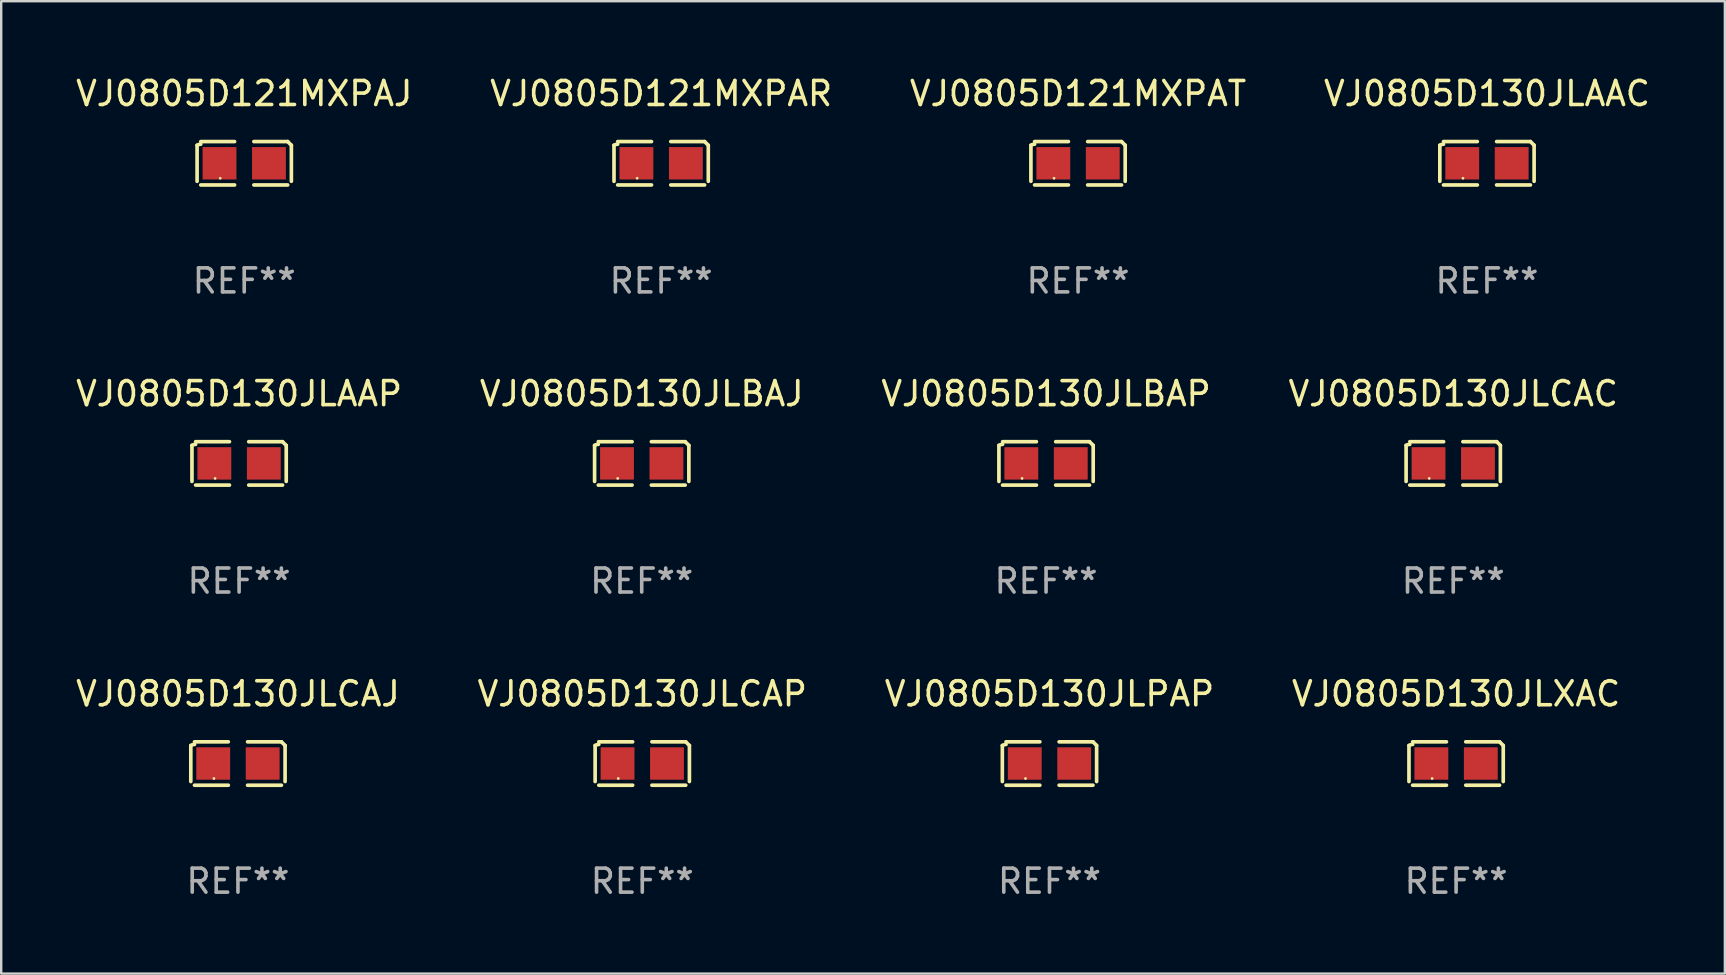
<source format=kicad_pcb>
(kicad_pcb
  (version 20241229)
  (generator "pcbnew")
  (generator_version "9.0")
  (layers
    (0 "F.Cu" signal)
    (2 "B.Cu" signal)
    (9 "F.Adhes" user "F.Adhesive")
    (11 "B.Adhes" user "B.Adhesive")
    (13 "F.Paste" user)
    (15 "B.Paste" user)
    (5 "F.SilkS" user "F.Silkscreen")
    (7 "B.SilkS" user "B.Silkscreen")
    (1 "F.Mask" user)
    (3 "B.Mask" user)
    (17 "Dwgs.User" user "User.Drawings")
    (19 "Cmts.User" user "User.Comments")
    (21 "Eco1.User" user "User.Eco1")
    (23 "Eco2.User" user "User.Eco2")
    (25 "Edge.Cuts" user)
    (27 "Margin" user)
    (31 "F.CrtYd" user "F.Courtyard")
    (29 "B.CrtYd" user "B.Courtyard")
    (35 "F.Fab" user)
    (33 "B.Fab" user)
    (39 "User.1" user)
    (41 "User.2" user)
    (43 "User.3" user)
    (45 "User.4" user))
  (footprint "VJ0805D130JLBAP"
    (layer "F.Cu")
    (at 40.53 16.256)
    (property "Reference" "VJ0805D130JLBAP" (at 0 -2.904 0) (layer "F.SilkS") (effects (font (size 1 1) (thickness 0.15))))
    (attr through_hole)
    (fp_line (start -1.964 0.751) (end -1.964 -0.751) (stroke (width 0.152) (type solid)) (layer "F.SilkS"))
    (fp_line (start -1.811 -0.904) (end -0.401 -0.904) (stroke (width 0.152) (type solid)) (layer "F.SilkS"))
    (fp_line (start -0.401 0.904) (end -1.811 0.904) (stroke (width 0.152) (type solid)) (layer "F.SilkS"))
    (fp_line (start 0.401 0.904) (end 1.811 0.904) (stroke (width 0.152) (type solid)) (layer "F.SilkS"))
    (fp_line (start 1.811 -0.904) (end 0.401 -0.904) (stroke (width 0.152) (type solid)) (layer "F.SilkS"))
    (fp_line (start 1.964 0.751) (end 1.964 -0.751) (stroke (width 0.152) (type solid)) (layer "F.SilkS"))
    (fp_arc (start -1.963602 -0.751207) (mid -1.890354 -0.783131) (end -1.811201 -0.794044) (stroke (width 0.1524) (type solid)) (layer "F.SilkS"))
    (fp_arc (start 1.811202 -0.903607) (mid 1.887413 -0.827418) (end 1.963602 -0.751207) (stroke (width 0.1524) (type solid)) (layer "F.SilkS"))
    (fp_circle (center -1 0.625) (end -0.97 0.625) (stroke (width 0.06) (type solid)) (fill no) (layer "F.SilkS"))
    (fp_text user "REF**" (at 0 4.904 0) (layer "F.Fab") (effects (font (size 1 1) (thickness 0.15))))
    (pad "1" smd rect (at -1.03 0) (size 1.41 1.35) (layers "F.Cu" "F.Mask" "F.Paste"))
    (pad "2" smd rect (at 1.03 0) (size 1.41 1.35) (layers "F.Cu" "F.Mask" "F.Paste")))
  (footprint "VJ0805D130JLBAJ"
    (layer "F.Cu")
    (at 23.685 16.256)
    (property "Reference" "VJ0805D130JLBAJ" (at 0 -2.904 0) (layer "F.SilkS") (effects (font (size 1 1) (thickness 0.15))))
    (attr through_hole)
    (fp_line (start -1.964 0.751) (end -1.964 -0.751) (stroke (width 0.152) (type solid)) (layer "F.SilkS"))
    (fp_line (start -1.811 -0.904) (end -0.401 -0.904) (stroke (width 0.152) (type solid)) (layer "F.SilkS"))
    (fp_line (start -0.401 0.904) (end -1.811 0.904) (stroke (width 0.152) (type solid)) (layer "F.SilkS"))
    (fp_line (start 0.401 0.904) (end 1.811 0.904) (stroke (width 0.152) (type solid)) (layer "F.SilkS"))
    (fp_line (start 1.811 -0.904) (end 0.401 -0.904) (stroke (width 0.152) (type solid)) (layer "F.SilkS"))
    (fp_line (start 1.964 0.751) (end 1.964 -0.751) (stroke (width 0.152) (type solid)) (layer "F.SilkS"))
    (fp_arc (start -1.963602 -0.751207) (mid -1.890354 -0.783131) (end -1.811201 -0.794044) (stroke (width 0.1524) (type solid)) (layer "F.SilkS"))
    (fp_arc (start 1.811202 -0.903607) (mid 1.887413 -0.827418) (end 1.963602 -0.751207) (stroke (width 0.1524) (type solid)) (layer "F.SilkS"))
    (fp_circle (center -1 0.625) (end -0.97 0.625) (stroke (width 0.06) (type solid)) (fill no) (layer "F.SilkS"))
    (fp_text user "REF**" (at 0 4.904 0) (layer "F.Fab") (effects (font (size 1 1) (thickness 0.15))))
    (pad "1" smd rect (at -1.03 0) (size 1.41 1.35) (layers "F.Cu" "F.Mask" "F.Paste"))
    (pad "2" smd rect (at 1.03 0) (size 1.41 1.35) (layers "F.Cu" "F.Mask" "F.Paste")))
  (footprint "VJ0805D130JLPAP"
    (layer "F.Cu")
    (at 40.673 28.759)
    (property "Reference" "VJ0805D130JLPAP" (at 0 -2.904 0) (layer "F.SilkS") (effects (font (size 1 1) (thickness 0.15))))
    (attr through_hole)
    (fp_line (start -1.964 0.751) (end -1.964 -0.751) (stroke (width 0.152) (type solid)) (layer "F.SilkS"))
    (fp_line (start -1.811 -0.904) (end -0.401 -0.904) (stroke (width 0.152) (type solid)) (layer "F.SilkS"))
    (fp_line (start -0.401 0.904) (end -1.811 0.904) (stroke (width 0.152) (type solid)) (layer "F.SilkS"))
    (fp_line (start 0.401 0.904) (end 1.811 0.904) (stroke (width 0.152) (type solid)) (layer "F.SilkS"))
    (fp_line (start 1.811 -0.904) (end 0.401 -0.904) (stroke (width 0.152) (type solid)) (layer "F.SilkS"))
    (fp_line (start 1.964 0.751) (end 1.964 -0.751) (stroke (width 0.152) (type solid)) (layer "F.SilkS"))
    (fp_arc (start -1.963602 -0.751207) (mid -1.890354 -0.783131) (end -1.811201 -0.794044) (stroke (width 0.1524) (type solid)) (layer "F.SilkS"))
    (fp_arc (start 1.811202 -0.903607) (mid 1.887413 -0.827418) (end 1.963602 -0.751207) (stroke (width 0.1524) (type solid)) (layer "F.SilkS"))
    (fp_circle (center -1 0.625) (end -0.97 0.625) (stroke (width 0.06) (type solid)) (fill no) (layer "F.SilkS"))
    (fp_text user "REF**" (at 0 4.904 0) (layer "F.Fab") (effects (font (size 1 1) (thickness 0.15))))
    (pad "1" smd rect (at -1.03 0) (size 1.41 1.35) (layers "F.Cu" "F.Mask" "F.Paste"))
    (pad "2" smd rect (at 1.03 0) (size 1.41 1.35) (layers "F.Cu" "F.Mask" "F.Paste")))
  (footprint "VJ0805D130JLCAP"
    (layer "F.Cu")
    (at 23.708 28.759)
    (property "Reference" "VJ0805D130JLCAP" (at 0 -2.904 0) (layer "F.SilkS") (effects (font (size 1 1) (thickness 0.15))))
    (attr through_hole)
    (fp_line (start -1.964 0.751) (end -1.964 -0.751) (stroke (width 0.152) (type solid)) (layer "F.SilkS"))
    (fp_line (start -1.811 -0.904) (end -0.401 -0.904) (stroke (width 0.152) (type solid)) (layer "F.SilkS"))
    (fp_line (start -0.401 0.904) (end -1.811 0.904) (stroke (width 0.152) (type solid)) (layer "F.SilkS"))
    (fp_line (start 0.401 0.904) (end 1.811 0.904) (stroke (width 0.152) (type solid)) (layer "F.SilkS"))
    (fp_line (start 1.811 -0.904) (end 0.401 -0.904) (stroke (width 0.152) (type solid)) (layer "F.SilkS"))
    (fp_line (start 1.964 0.751) (end 1.964 -0.751) (stroke (width 0.152) (type solid)) (layer "F.SilkS"))
    (fp_arc (start -1.963602 -0.751207) (mid -1.890354 -0.783131) (end -1.811201 -0.794044) (stroke (width 0.1524) (type solid)) (layer "F.SilkS"))
    (fp_arc (start 1.811202 -0.903607) (mid 1.887413 -0.827418) (end 1.963602 -0.751207) (stroke (width 0.1524) (type solid)) (layer "F.SilkS"))
    (fp_circle (center -1 0.625) (end -0.97 0.625) (stroke (width 0.06) (type solid)) (fill no) (layer "F.SilkS"))
    (fp_text user "REF**" (at 0 4.904 0) (layer "F.Fab") (effects (font (size 1 1) (thickness 0.15))))
    (pad "1" smd rect (at -1.03 0) (size 1.41 1.35) (layers "F.Cu" "F.Mask" "F.Paste"))
    (pad "2" smd rect (at 1.03 0) (size 1.41 1.35) (layers "F.Cu" "F.Mask" "F.Paste")))
  (footprint "VJ0805D130JLAAP"
    (layer "F.Cu")
    (at 6.911 16.256)
    (property "Reference" "VJ0805D130JLAAP" (at 0 -2.904 0) (layer "F.SilkS") (effects (font (size 1 1) (thickness 0.15))))
    (attr through_hole)
    (fp_line (start -1.964 0.751) (end -1.964 -0.751) (stroke (width 0.152) (type solid)) (layer "F.SilkS"))
    (fp_line (start -1.811 -0.904) (end -0.401 -0.904) (stroke (width 0.152) (type solid)) (layer "F.SilkS"))
    (fp_line (start -0.401 0.904) (end -1.811 0.904) (stroke (width 0.152) (type solid)) (layer "F.SilkS"))
    (fp_line (start 0.401 0.904) (end 1.811 0.904) (stroke (width 0.152) (type solid)) (layer "F.SilkS"))
    (fp_line (start 1.811 -0.904) (end 0.401 -0.904) (stroke (width 0.152) (type solid)) (layer "F.SilkS"))
    (fp_line (start 1.964 0.751) (end 1.964 -0.751) (stroke (width 0.152) (type solid)) (layer "F.SilkS"))
    (fp_arc (start -1.963602 -0.751207) (mid -1.890354 -0.783131) (end -1.811201 -0.794044) (stroke (width 0.1524) (type solid)) (layer "F.SilkS"))
    (fp_arc (start 1.811202 -0.903607) (mid 1.887413 -0.827418) (end 1.963602 -0.751207) (stroke (width 0.1524) (type solid)) (layer "F.SilkS"))
    (fp_circle (center -1 0.625) (end -0.97 0.625) (stroke (width 0.06) (type solid)) (fill no) (layer "F.SilkS"))
    (fp_text user "REF**" (at 0 4.904 0) (layer "F.Fab") (effects (font (size 1 1) (thickness 0.15))))
    (pad "1" smd rect (at -1.03 0) (size 1.41 1.35) (layers "F.Cu" "F.Mask" "F.Paste"))
    (pad "2" smd rect (at 1.03 0) (size 1.41 1.35) (layers "F.Cu" "F.Mask" "F.Paste")))
  (footprint "VJ0805D130JLCAJ"
    (layer "F.Cu")
    (at 6.863 28.759)
    (property "Reference" "VJ0805D130JLCAJ" (at 0 -2.904 0) (layer "F.SilkS") (effects (font (size 1 1) (thickness 0.15))))
    (attr through_hole)
    (fp_line (start -1.964 0.751) (end -1.964 -0.751) (stroke (width 0.152) (type solid)) (layer "F.SilkS"))
    (fp_line (start -1.811 -0.904) (end -0.401 -0.904) (stroke (width 0.152) (type solid)) (layer "F.SilkS"))
    (fp_line (start -0.401 0.904) (end -1.811 0.904) (stroke (width 0.152) (type solid)) (layer "F.SilkS"))
    (fp_line (start 0.401 0.904) (end 1.811 0.904) (stroke (width 0.152) (type solid)) (layer "F.SilkS"))
    (fp_line (start 1.811 -0.904) (end 0.401 -0.904) (stroke (width 0.152) (type solid)) (layer "F.SilkS"))
    (fp_line (start 1.964 0.751) (end 1.964 -0.751) (stroke (width 0.152) (type solid)) (layer "F.SilkS"))
    (fp_arc (start -1.963602 -0.751207) (mid -1.890354 -0.783131) (end -1.811201 -0.794044) (stroke (width 0.1524) (type solid)) (layer "F.SilkS"))
    (fp_arc (start 1.811202 -0.903607) (mid 1.887413 -0.827418) (end 1.963602 -0.751207) (stroke (width 0.1524) (type solid)) (layer "F.SilkS"))
    (fp_circle (center -1 0.625) (end -0.97 0.625) (stroke (width 0.06) (type solid)) (fill no) (layer "F.SilkS"))
    (fp_text user "REF**" (at 0 4.904 0) (layer "F.Fab") (effects (font (size 1 1) (thickness 0.15))))
    (pad "1" smd rect (at -1.03 0) (size 1.41 1.35) (layers "F.Cu" "F.Mask" "F.Paste"))
    (pad "2" smd rect (at 1.03 0) (size 1.41 1.35) (layers "F.Cu" "F.Mask" "F.Paste")))
  (footprint "VJ0805D130JLXAC"
    (layer "F.Cu")
    (at 57.613 28.759)
    (property "Reference" "VJ0805D130JLXAC" (at 0 -2.904 0) (layer "F.SilkS") (effects (font (size 1 1) (thickness 0.15))))
    (attr through_hole)
    (fp_line (start -1.964 0.751) (end -1.964 -0.751) (stroke (width 0.152) (type solid)) (layer "F.SilkS"))
    (fp_line (start -1.811 -0.904) (end -0.401 -0.904) (stroke (width 0.152) (type solid)) (layer "F.SilkS"))
    (fp_line (start -0.401 0.904) (end -1.811 0.904) (stroke (width 0.152) (type solid)) (layer "F.SilkS"))
    (fp_line (start 0.401 0.904) (end 1.811 0.904) (stroke (width 0.152) (type solid)) (layer "F.SilkS"))
    (fp_line (start 1.811 -0.904) (end 0.401 -0.904) (stroke (width 0.152) (type solid)) (layer "F.SilkS"))
    (fp_line (start 1.964 0.751) (end 1.964 -0.751) (stroke (width 0.152) (type solid)) (layer "F.SilkS"))
    (fp_arc (start -1.963602 -0.751207) (mid -1.890354 -0.783131) (end -1.811201 -0.794044) (stroke (width 0.1524) (type solid)) (layer "F.SilkS"))
    (fp_arc (start 1.811202 -0.903607) (mid 1.887413 -0.827418) (end 1.963602 -0.751207) (stroke (width 0.1524) (type solid)) (layer "F.SilkS"))
    (fp_circle (center -1 0.625) (end -0.97 0.625) (stroke (width 0.06) (type solid)) (fill no) (layer "F.SilkS"))
    (fp_text user "REF**" (at 0 4.904 0) (layer "F.Fab") (effects (font (size 1 1) (thickness 0.15))))
    (pad "1" smd rect (at -1.03 0) (size 1.41 1.35) (layers "F.Cu" "F.Mask" "F.Paste"))
    (pad "2" smd rect (at 1.03 0) (size 1.41 1.35) (layers "F.Cu" "F.Mask" "F.Paste")))
  (footprint "VJ0805D130JLCAC"
    (layer "F.Cu")
    (at 57.494 16.256)
    (property "Reference" "VJ0805D130JLCAC" (at 0 -2.904 0) (layer "F.SilkS") (effects (font (size 1 1) (thickness 0.15))))
    (attr through_hole)
    (fp_line (start -1.964 0.751) (end -1.964 -0.751) (stroke (width 0.152) (type solid)) (layer "F.SilkS"))
    (fp_line (start -1.811 -0.904) (end -0.401 -0.904) (stroke (width 0.152) (type solid)) (layer "F.SilkS"))
    (fp_line (start -0.401 0.904) (end -1.811 0.904) (stroke (width 0.152) (type solid)) (layer "F.SilkS"))
    (fp_line (start 0.401 0.904) (end 1.811 0.904) (stroke (width 0.152) (type solid)) (layer "F.SilkS"))
    (fp_line (start 1.811 -0.904) (end 0.401 -0.904) (stroke (width 0.152) (type solid)) (layer "F.SilkS"))
    (fp_line (start 1.964 0.751) (end 1.964 -0.751) (stroke (width 0.152) (type solid)) (layer "F.SilkS"))
    (fp_arc (start -1.963602 -0.751207) (mid -1.890354 -0.783131) (end -1.811201 -0.794044) (stroke (width 0.1524) (type solid)) (layer "F.SilkS"))
    (fp_arc (start 1.811202 -0.903607) (mid 1.887413 -0.827418) (end 1.963602 -0.751207) (stroke (width 0.1524) (type solid)) (layer "F.SilkS"))
    (fp_circle (center -1 0.625) (end -0.97 0.625) (stroke (width 0.06) (type solid)) (fill no) (layer "F.SilkS"))
    (fp_text user "REF**" (at 0 4.904 0) (layer "F.Fab") (effects (font (size 1 1) (thickness 0.15))))
    (pad "1" smd rect (at -1.03 0) (size 1.41 1.35) (layers "F.Cu" "F.Mask" "F.Paste"))
    (pad "2" smd rect (at 1.03 0) (size 1.41 1.35) (layers "F.Cu" "F.Mask" "F.Paste")))
  (footprint "VJ0805D121MXPAJ"
    (layer "F.Cu")
    (at 7.125 3.752)
    (property "Reference" "VJ0805D121MXPAJ" (at 0 -2.904 0) (layer "F.SilkS") (effects (font (size 1 1) (thickness 0.15))))
    (attr through_hole)
    (fp_line (start -1.964 0.751) (end -1.964 -0.751) (stroke (width 0.152) (type solid)) (layer "F.SilkS"))
    (fp_line (start -1.811 -0.904) (end -0.401 -0.904) (stroke (width 0.152) (type solid)) (layer "F.SilkS"))
    (fp_line (start -0.401 0.904) (end -1.811 0.904) (stroke (width 0.152) (type solid)) (layer "F.SilkS"))
    (fp_line (start 0.401 0.904) (end 1.811 0.904) (stroke (width 0.152) (type solid)) (layer "F.SilkS"))
    (fp_line (start 1.811 -0.904) (end 0.401 -0.904) (stroke (width 0.152) (type solid)) (layer "F.SilkS"))
    (fp_line (start 1.964 0.751) (end 1.964 -0.751) (stroke (width 0.152) (type solid)) (layer "F.SilkS"))
    (fp_arc (start -1.963602 -0.751207) (mid -1.890354 -0.783131) (end -1.811201 -0.794044) (stroke (width 0.1524) (type solid)) (layer "F.SilkS"))
    (fp_arc (start 1.811202 -0.903607) (mid 1.887413 -0.827418) (end 1.963602 -0.751207) (stroke (width 0.1524) (type solid)) (layer "F.SilkS"))
    (fp_circle (center -1 0.625) (end -0.97 0.625) (stroke (width 0.06) (type solid)) (fill no) (layer "F.SilkS"))
    (fp_text user "REF**" (at 0 4.904 0) (layer "F.Fab") (effects (font (size 1 1) (thickness 0.15))))
    (pad "1" smd rect (at -1.03 0) (size 1.41 1.35) (layers "F.Cu" "F.Mask" "F.Paste"))
    (pad "2" smd rect (at 1.03 0) (size 1.41 1.35) (layers "F.Cu" "F.Mask" "F.Paste")))
  (footprint "VJ0805D130JLAAC"
    (layer "F.Cu")
    (at 58.899 3.752)
    (property "Reference" "VJ0805D130JLAAC" (at 0 -2.904 0) (layer "F.SilkS") (effects (font (size 1 1) (thickness 0.15))))
    (attr through_hole)
    (fp_line (start -1.964 0.751) (end -1.964 -0.751) (stroke (width 0.152) (type solid)) (layer "F.SilkS"))
    (fp_line (start -1.811 -0.904) (end -0.401 -0.904) (stroke (width 0.152) (type solid)) (layer "F.SilkS"))
    (fp_line (start -0.401 0.904) (end -1.811 0.904) (stroke (width 0.152) (type solid)) (layer "F.SilkS"))
    (fp_line (start 0.401 0.904) (end 1.811 0.904) (stroke (width 0.152) (type solid)) (layer "F.SilkS"))
    (fp_line (start 1.811 -0.904) (end 0.401 -0.904) (stroke (width 0.152) (type solid)) (layer "F.SilkS"))
    (fp_line (start 1.964 0.751) (end 1.964 -0.751) (stroke (width 0.152) (type solid)) (layer "F.SilkS"))
    (fp_arc (start -1.963602 -0.751207) (mid -1.890354 -0.783131) (end -1.811201 -0.794044) (stroke (width 0.1524) (type solid)) (layer "F.SilkS"))
    (fp_arc (start 1.811202 -0.903607) (mid 1.887413 -0.827418) (end 1.963602 -0.751207) (stroke (width 0.1524) (type solid)) (layer "F.SilkS"))
    (fp_circle (center -1 0.625) (end -0.97 0.625) (stroke (width 0.06) (type solid)) (fill no) (layer "F.SilkS"))
    (fp_text user "REF**" (at 0 4.904 0) (layer "F.Fab") (effects (font (size 1 1) (thickness 0.15))))
    (pad "1" smd rect (at -1.03 0) (size 1.41 1.35) (layers "F.Cu" "F.Mask" "F.Paste"))
    (pad "2" smd rect (at 1.03 0) (size 1.41 1.35) (layers "F.Cu" "F.Mask" "F.Paste")))
  (footprint "VJ0805D121MXPAT"
    (layer "F.Cu")
    (at 41.863 3.752)
    (property "Reference" "VJ0805D121MXPAT" (at 0 -2.904 0) (layer "F.SilkS") (effects (font (size 1 1) (thickness 0.15))))
    (attr through_hole)
    (fp_line (start -1.964 0.751) (end -1.964 -0.751) (stroke (width 0.152) (type solid)) (layer "F.SilkS"))
    (fp_line (start -1.811 -0.904) (end -0.401 -0.904) (stroke (width 0.152) (type solid)) (layer "F.SilkS"))
    (fp_line (start -0.401 0.904) (end -1.811 0.904) (stroke (width 0.152) (type solid)) (layer "F.SilkS"))
    (fp_line (start 0.401 0.904) (end 1.811 0.904) (stroke (width 0.152) (type solid)) (layer "F.SilkS"))
    (fp_line (start 1.811 -0.904) (end 0.401 -0.904) (stroke (width 0.152) (type solid)) (layer "F.SilkS"))
    (fp_line (start 1.964 0.751) (end 1.964 -0.751) (stroke (width 0.152) (type solid)) (layer "F.SilkS"))
    (fp_arc (start -1.963602 -0.751207) (mid -1.890354 -0.783131) (end -1.811201 -0.794044) (stroke (width 0.1524) (type solid)) (layer "F.SilkS"))
    (fp_arc (start 1.811202 -0.903607) (mid 1.887413 -0.827418) (end 1.963602 -0.751207) (stroke (width 0.1524) (type solid)) (layer "F.SilkS"))
    (fp_circle (center -1 0.625) (end -0.97 0.625) (stroke (width 0.06) (type solid)) (fill no) (layer "F.SilkS"))
    (fp_text user "REF**" (at 0 4.904 0) (layer "F.Fab") (effects (font (size 1 1) (thickness 0.15))))
    (pad "1" smd rect (at -1.03 0) (size 1.41 1.35) (layers "F.Cu" "F.Mask" "F.Paste"))
    (pad "2" smd rect (at 1.03 0) (size 1.41 1.35) (layers "F.Cu" "F.Mask" "F.Paste")))
  (footprint "VJ0805D121MXPAR"
    (layer "F.Cu")
    (at 24.494 3.752)
    (property "Reference" "VJ0805D121MXPAR" (at 0 -2.904 0) (layer "F.SilkS") (effects (font (size 1 1) (thickness 0.15))))
    (attr through_hole)
    (fp_line (start -1.964 0.751) (end -1.964 -0.751) (stroke (width 0.152) (type solid)) (layer "F.SilkS"))
    (fp_line (start -1.811 -0.904) (end -0.401 -0.904) (stroke (width 0.152) (type solid)) (layer "F.SilkS"))
    (fp_line (start -0.401 0.904) (end -1.811 0.904) (stroke (width 0.152) (type solid)) (layer "F.SilkS"))
    (fp_line (start 0.401 0.904) (end 1.811 0.904) (stroke (width 0.152) (type solid)) (layer "F.SilkS"))
    (fp_line (start 1.811 -0.904) (end 0.401 -0.904) (stroke (width 0.152) (type solid)) (layer "F.SilkS"))
    (fp_line (start 1.964 0.751) (end 1.964 -0.751) (stroke (width 0.152) (type solid)) (layer "F.SilkS"))
    (fp_arc (start -1.963602 -0.751207) (mid -1.890354 -0.783131) (end -1.811201 -0.794044) (stroke (width 0.1524) (type solid)) (layer "F.SilkS"))
    (fp_arc (start 1.811202 -0.903607) (mid 1.887413 -0.827418) (end 1.963602 -0.751207) (stroke (width 0.1524) (type solid)) (layer "F.SilkS"))
    (fp_circle (center -1 0.625) (end -0.97 0.625) (stroke (width 0.06) (type solid)) (fill no) (layer "F.SilkS"))
    (fp_text user "REF**" (at 0 4.904 0) (layer "F.Fab") (effects (font (size 1 1) (thickness 0.15))))
    (pad "1" smd rect (at -1.03 0) (size 1.41 1.35) (layers "F.Cu" "F.Mask" "F.Paste"))
    (pad "2" smd rect (at 1.03 0) (size 1.41 1.35) (layers "F.Cu" "F.Mask" "F.Paste")))
  (gr_rect
    (start -3 -3)
    (end 68.81 37.511)
    (stroke (width 0.1) (type default))
    (fill no)
    (layer "Edge.Cuts")))
</source>
